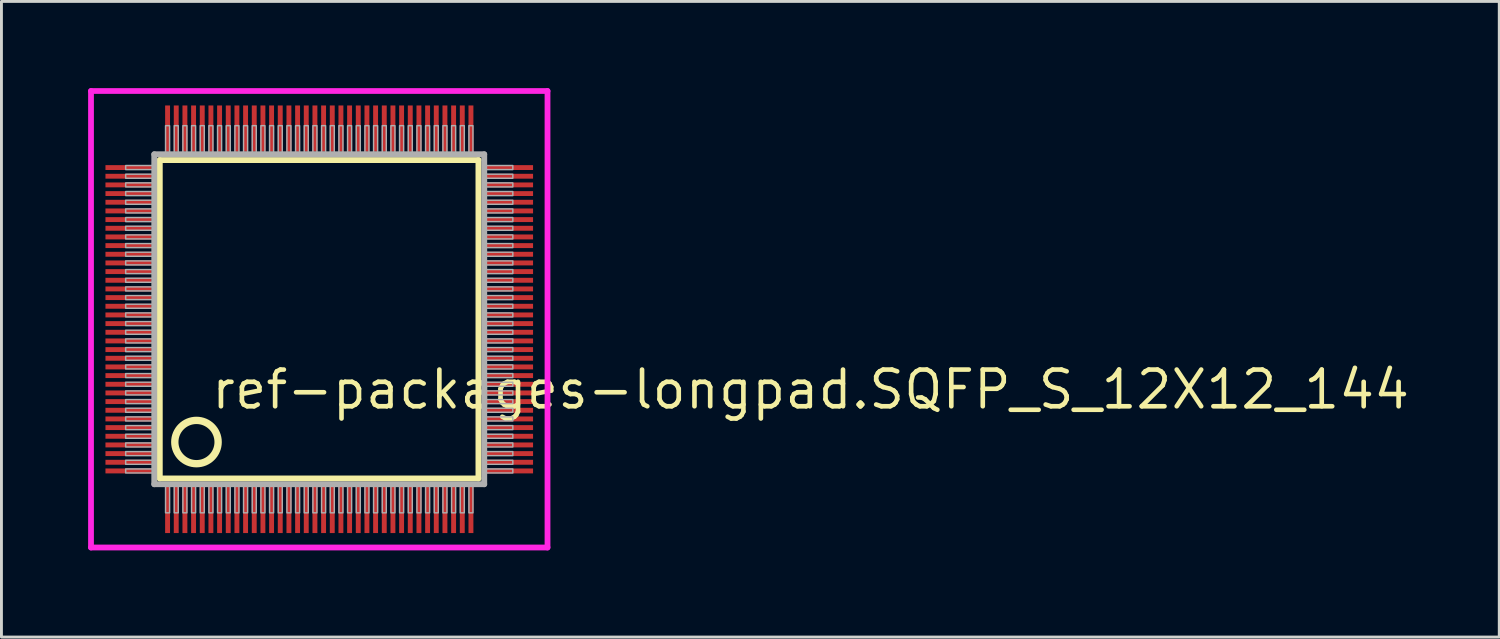
<source format=kicad_pcb>
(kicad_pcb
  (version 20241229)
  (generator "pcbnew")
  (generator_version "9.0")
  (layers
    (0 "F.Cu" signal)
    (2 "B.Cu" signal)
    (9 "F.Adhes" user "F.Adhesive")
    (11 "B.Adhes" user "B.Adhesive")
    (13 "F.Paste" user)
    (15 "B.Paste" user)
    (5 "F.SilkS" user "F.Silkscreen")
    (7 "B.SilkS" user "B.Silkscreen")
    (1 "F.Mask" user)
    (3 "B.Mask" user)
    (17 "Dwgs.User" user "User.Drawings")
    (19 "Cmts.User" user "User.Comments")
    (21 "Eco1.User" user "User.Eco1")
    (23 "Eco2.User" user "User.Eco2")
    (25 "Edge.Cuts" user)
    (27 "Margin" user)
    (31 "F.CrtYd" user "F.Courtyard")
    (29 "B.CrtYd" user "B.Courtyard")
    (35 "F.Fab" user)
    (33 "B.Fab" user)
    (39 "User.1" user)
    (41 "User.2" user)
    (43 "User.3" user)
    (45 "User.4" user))
  (footprint "ref-packages-longpad.SQFP_S_12X12_144"
    (layer "F.Cu")
    (at 8 8)
    (property "Reference" "ref-packages-longpad.SQFP_S_12X12_144" (at -3.81 3.175 0) (layer "F.SilkS") (effects (font (size 1.27 1.27) (thickness 0.16)) (justify left bottom)))
    (attr smd)
    (fp_line (start -5.52 -5.51) (end 5.51 -5.51) (stroke (width 0.203) (type default)) (layer "F.SilkS"))
    (fp_line (start -5.52 5.51) (end -5.52 -5.51) (stroke (width 0.203) (type default)) (layer "F.SilkS"))
    (fp_line (start 5.51 -5.51) (end 5.51 5.51) (stroke (width 0.203) (type default)) (layer "F.SilkS"))
    (fp_line (start 5.51 5.51) (end -5.52 5.51) (stroke (width 0.203) (type default)) (layer "F.SilkS"))
    (fp_circle (center -4.25 4.25) (end -3.5 4.25) (stroke (width 0.254) (type default)) (fill no) (layer "F.SilkS"))
    (fp_line (start -7.9 -7.9) (end 7.9 -7.9) (stroke (width 0.2) (type default)) (layer "F.CrtYd"))
    (fp_line (start -7.9 7.9) (end -7.9 -7.9) (stroke (width 0.2) (type default)) (layer "F.CrtYd"))
    (fp_line (start 7.9 -7.9) (end 7.9 7.9) (stroke (width 0.2) (type default)) (layer "F.CrtYd"))
    (fp_line (start 7.9 7.9) (end -7.9 7.9) (stroke (width 0.2) (type default)) (layer "F.CrtYd"))
    (fp_line (start -5.71 -5.71) (end -5.71 5.71) (stroke (width 0.203) (type default)) (layer "F.Fab"))
    (fp_line (start -5.71 5.71) (end 5.71 5.71) (stroke (width 0.203) (type default)) (layer "F.Fab"))
    (fp_line (start 5.71 -5.71) (end -5.71 -5.71) (stroke (width 0.203) (type default)) (layer "F.Fab"))
    (fp_line (start 5.71 5.71) (end 5.71 -5.71) (stroke (width 0.203) (type default)) (layer "F.Fab"))
    (fp_rect (start -6.7 -5.18) (end -5.75 -5.32) (stroke (width 0.05) (type default)) (fill no) (layer "F.Fab"))
    (fp_rect (start -6.7 -4.88) (end -5.75 -5.02) (stroke (width 0.05) (type default)) (fill no) (layer "F.Fab"))
    (fp_rect (start -6.7 -4.58) (end -5.75 -4.72) (stroke (width 0.05) (type default)) (fill no) (layer "F.Fab"))
    (fp_rect (start -6.7 -4.28) (end -5.75 -4.42) (stroke (width 0.05) (type default)) (fill no) (layer "F.Fab"))
    (fp_rect (start -6.7 -3.98) (end -5.75 -4.12) (stroke (width 0.05) (type default)) (fill no) (layer "F.Fab"))
    (fp_rect (start -6.7 -3.68) (end -5.75 -3.82) (stroke (width 0.05) (type default)) (fill no) (layer "F.Fab"))
    (fp_rect (start -6.7 -3.38) (end -5.75 -3.52) (stroke (width 0.05) (type default)) (fill no) (layer "F.Fab"))
    (fp_rect (start -6.7 -3.08) (end -5.75 -3.22) (stroke (width 0.05) (type default)) (fill no) (layer "F.Fab"))
    (fp_rect (start -6.7 -2.78) (end -5.75 -2.92) (stroke (width 0.05) (type default)) (fill no) (layer "F.Fab"))
    (fp_rect (start -6.7 -2.48) (end -5.75 -2.62) (stroke (width 0.05) (type default)) (fill no) (layer "F.Fab"))
    (fp_rect (start -6.7 -2.18) (end -5.75 -2.32) (stroke (width 0.05) (type default)) (fill no) (layer "F.Fab"))
    (fp_rect (start -6.7 -1.88) (end -5.75 -2.02) (stroke (width 0.05) (type default)) (fill no) (layer "F.Fab"))
    (fp_rect (start -6.7 -1.58) (end -5.75 -1.72) (stroke (width 0.05) (type default)) (fill no) (layer "F.Fab"))
    (fp_rect (start -6.7 -1.28) (end -5.75 -1.42) (stroke (width 0.05) (type default)) (fill no) (layer "F.Fab"))
    (fp_rect (start -6.7 -0.98) (end -5.75 -1.12) (stroke (width 0.05) (type default)) (fill no) (layer "F.Fab"))
    (fp_rect (start -6.7 -0.68) (end -5.75 -0.82) (stroke (width 0.05) (type default)) (fill no) (layer "F.Fab"))
    (fp_rect (start -6.7 -0.38) (end -5.75 -0.52) (stroke (width 0.05) (type default)) (fill no) (layer "F.Fab"))
    (fp_rect (start -6.7 -0.08) (end -5.75 -0.22) (stroke (width 0.05) (type default)) (fill no) (layer "F.Fab"))
    (fp_rect (start -6.7 0.22) (end -5.75 0.08) (stroke (width 0.05) (type default)) (fill no) (layer "F.Fab"))
    (fp_rect (start -6.7 0.52) (end -5.75 0.38) (stroke (width 0.05) (type default)) (fill no) (layer "F.Fab"))
    (fp_rect (start -6.7 0.82) (end -5.75 0.68) (stroke (width 0.05) (type default)) (fill no) (layer "F.Fab"))
    (fp_rect (start -6.7 1.12) (end -5.75 0.98) (stroke (width 0.05) (type default)) (fill no) (layer "F.Fab"))
    (fp_rect (start -6.7 1.42) (end -5.75 1.28) (stroke (width 0.05) (type default)) (fill no) (layer "F.Fab"))
    (fp_rect (start -6.7 1.72) (end -5.75 1.58) (stroke (width 0.05) (type default)) (fill no) (layer "F.Fab"))
    (fp_rect (start -6.7 2.02) (end -5.75 1.88) (stroke (width 0.05) (type default)) (fill no) (layer "F.Fab"))
    (fp_rect (start -6.7 2.32) (end -5.75 2.18) (stroke (width 0.05) (type default)) (fill no) (layer "F.Fab"))
    (fp_rect (start -6.7 2.62) (end -5.75 2.48) (stroke (width 0.05) (type default)) (fill no) (layer "F.Fab"))
    (fp_rect (start -6.7 2.92) (end -5.75 2.78) (stroke (width 0.05) (type default)) (fill no) (layer "F.Fab"))
    (fp_rect (start -6.7 3.22) (end -5.75 3.08) (stroke (width 0.05) (type default)) (fill no) (layer "F.Fab"))
    (fp_rect (start -6.7 3.52) (end -5.75 3.38) (stroke (width 0.05) (type default)) (fill no) (layer "F.Fab"))
    (fp_rect (start -6.7 3.82) (end -5.75 3.68) (stroke (width 0.05) (type default)) (fill no) (layer "F.Fab"))
    (fp_rect (start -6.7 4.12) (end -5.75 3.98) (stroke (width 0.05) (type default)) (fill no) (layer "F.Fab"))
    (fp_rect (start -6.7 4.42) (end -5.75 4.28) (stroke (width 0.05) (type default)) (fill no) (layer "F.Fab"))
    (fp_rect (start -6.7 4.72) (end -5.75 4.58) (stroke (width 0.05) (type default)) (fill no) (layer "F.Fab"))
    (fp_rect (start -6.7 5.02) (end -5.75 4.88) (stroke (width 0.05) (type default)) (fill no) (layer "F.Fab"))
    (fp_rect (start -6.7 5.32) (end -5.75 5.18) (stroke (width 0.05) (type default)) (fill no) (layer "F.Fab"))
    (fp_rect (start -5.32 -5.75) (end -5.18 -6.7) (stroke (width 0.05) (type default)) (fill no) (layer "F.Fab"))
    (fp_rect (start -5.32 6.7) (end -5.18 5.75) (stroke (width 0.05) (type default)) (fill no) (layer "F.Fab"))
    (fp_rect (start -5.02 -5.75) (end -4.88 -6.7) (stroke (width 0.05) (type default)) (fill no) (layer "F.Fab"))
    (fp_rect (start -5.02 6.7) (end -4.88 5.75) (stroke (width 0.05) (type default)) (fill no) (layer "F.Fab"))
    (fp_rect (start -4.72 -5.75) (end -4.58 -6.7) (stroke (width 0.05) (type default)) (fill no) (layer "F.Fab"))
    (fp_rect (start -4.72 6.7) (end -4.58 5.75) (stroke (width 0.05) (type default)) (fill no) (layer "F.Fab"))
    (fp_rect (start -4.42 -5.75) (end -4.28 -6.7) (stroke (width 0.05) (type default)) (fill no) (layer "F.Fab"))
    (fp_rect (start -4.42 6.7) (end -4.28 5.75) (stroke (width 0.05) (type default)) (fill no) (layer "F.Fab"))
    (fp_rect (start -4.12 -5.75) (end -3.98 -6.7) (stroke (width 0.05) (type default)) (fill no) (layer "F.Fab"))
    (fp_rect (start -4.12 6.7) (end -3.98 5.75) (stroke (width 0.05) (type default)) (fill no) (layer "F.Fab"))
    (fp_rect (start -3.82 -5.75) (end -3.68 -6.7) (stroke (width 0.05) (type default)) (fill no) (layer "F.Fab"))
    (fp_rect (start -3.82 6.7) (end -3.68 5.75) (stroke (width 0.05) (type default)) (fill no) (layer "F.Fab"))
    (fp_rect (start -3.52 -5.75) (end -3.38 -6.7) (stroke (width 0.05) (type default)) (fill no) (layer "F.Fab"))
    (fp_rect (start -3.52 6.7) (end -3.38 5.75) (stroke (width 0.05) (type default)) (fill no) (layer "F.Fab"))
    (fp_rect (start -3.22 -5.75) (end -3.08 -6.7) (stroke (width 0.05) (type default)) (fill no) (layer "F.Fab"))
    (fp_rect (start -3.22 6.7) (end -3.08 5.75) (stroke (width 0.05) (type default)) (fill no) (layer "F.Fab"))
    (fp_rect (start -2.92 -5.75) (end -2.78 -6.7) (stroke (width 0.05) (type default)) (fill no) (layer "F.Fab"))
    (fp_rect (start -2.92 6.7) (end -2.78 5.75) (stroke (width 0.05) (type default)) (fill no) (layer "F.Fab"))
    (fp_rect (start -2.62 -5.75) (end -2.48 -6.7) (stroke (width 0.05) (type default)) (fill no) (layer "F.Fab"))
    (fp_rect (start -2.62 6.7) (end -2.48 5.75) (stroke (width 0.05) (type default)) (fill no) (layer "F.Fab"))
    (fp_rect (start -2.32 -5.75) (end -2.18 -6.7) (stroke (width 0.05) (type default)) (fill no) (layer "F.Fab"))
    (fp_rect (start -2.32 6.7) (end -2.18 5.75) (stroke (width 0.05) (type default)) (fill no) (layer "F.Fab"))
    (fp_rect (start -2.02 -5.75) (end -1.88 -6.7) (stroke (width 0.05) (type default)) (fill no) (layer "F.Fab"))
    (fp_rect (start -2.02 6.7) (end -1.88 5.75) (stroke (width 0.05) (type default)) (fill no) (layer "F.Fab"))
    (fp_rect (start -1.72 -5.75) (end -1.58 -6.7) (stroke (width 0.05) (type default)) (fill no) (layer "F.Fab"))
    (fp_rect (start -1.72 6.7) (end -1.58 5.75) (stroke (width 0.05) (type default)) (fill no) (layer "F.Fab"))
    (fp_rect (start -1.42 -5.75) (end -1.28 -6.7) (stroke (width 0.05) (type default)) (fill no) (layer "F.Fab"))
    (fp_rect (start -1.42 6.7) (end -1.28 5.75) (stroke (width 0.05) (type default)) (fill no) (layer "F.Fab"))
    (fp_rect (start -1.12 -5.75) (end -0.98 -6.7) (stroke (width 0.05) (type default)) (fill no) (layer "F.Fab"))
    (fp_rect (start -1.12 6.7) (end -0.98 5.75) (stroke (width 0.05) (type default)) (fill no) (layer "F.Fab"))
    (fp_rect (start -0.82 -5.75) (end -0.68 -6.7) (stroke (width 0.05) (type default)) (fill no) (layer "F.Fab"))
    (fp_rect (start -0.82 6.7) (end -0.68 5.75) (stroke (width 0.05) (type default)) (fill no) (layer "F.Fab"))
    (fp_rect (start -0.52 -5.75) (end -0.38 -6.7) (stroke (width 0.05) (type default)) (fill no) (layer "F.Fab"))
    (fp_rect (start -0.52 6.7) (end -0.38 5.75) (stroke (width 0.05) (type default)) (fill no) (layer "F.Fab"))
    (fp_rect (start -0.22 -5.75) (end -0.08 -6.7) (stroke (width 0.05) (type default)) (fill no) (layer "F.Fab"))
    (fp_rect (start -0.22 6.7) (end -0.08 5.75) (stroke (width 0.05) (type default)) (fill no) (layer "F.Fab"))
    (fp_rect (start 0.08 -5.75) (end 0.22 -6.7) (stroke (width 0.05) (type default)) (fill no) (layer "F.Fab"))
    (fp_rect (start 0.08 6.7) (end 0.22 5.75) (stroke (width 0.05) (type default)) (fill no) (layer "F.Fab"))
    (fp_rect (start 0.38 -5.75) (end 0.52 -6.7) (stroke (width 0.05) (type default)) (fill no) (layer "F.Fab"))
    (fp_rect (start 0.38 6.7) (end 0.52 5.75) (stroke (width 0.05) (type default)) (fill no) (layer "F.Fab"))
    (fp_rect (start 0.68 -5.75) (end 0.82 -6.7) (stroke (width 0.05) (type default)) (fill no) (layer "F.Fab"))
    (fp_rect (start 0.68 6.7) (end 0.82 5.75) (stroke (width 0.05) (type default)) (fill no) (layer "F.Fab"))
    (fp_rect (start 0.98 -5.75) (end 1.12 -6.7) (stroke (width 0.05) (type default)) (fill no) (layer "F.Fab"))
    (fp_rect (start 0.98 6.7) (end 1.12 5.75) (stroke (width 0.05) (type default)) (fill no) (layer "F.Fab"))
    (fp_rect (start 1.28 -5.75) (end 1.42 -6.7) (stroke (width 0.05) (type default)) (fill no) (layer "F.Fab"))
    (fp_rect (start 1.28 6.7) (end 1.42 5.75) (stroke (width 0.05) (type default)) (fill no) (layer "F.Fab"))
    (fp_rect (start 1.58 -5.75) (end 1.72 -6.7) (stroke (width 0.05) (type default)) (fill no) (layer "F.Fab"))
    (fp_rect (start 1.58 6.7) (end 1.72 5.75) (stroke (width 0.05) (type default)) (fill no) (layer "F.Fab"))
    (fp_rect (start 1.88 -5.75) (end 2.02 -6.7) (stroke (width 0.05) (type default)) (fill no) (layer "F.Fab"))
    (fp_rect (start 1.88 6.7) (end 2.02 5.75) (stroke (width 0.05) (type default)) (fill no) (layer "F.Fab"))
    (fp_rect (start 2.18 -5.75) (end 2.32 -6.7) (stroke (width 0.05) (type default)) (fill no) (layer "F.Fab"))
    (fp_rect (start 2.18 6.7) (end 2.32 5.75) (stroke (width 0.05) (type default)) (fill no) (layer "F.Fab"))
    (fp_rect (start 2.48 -5.75) (end 2.62 -6.7) (stroke (width 0.05) (type default)) (fill no) (layer "F.Fab"))
    (fp_rect (start 2.48 6.7) (end 2.62 5.75) (stroke (width 0.05) (type default)) (fill no) (layer "F.Fab"))
    (fp_rect (start 2.78 -5.75) (end 2.92 -6.7) (stroke (width 0.05) (type default)) (fill no) (layer "F.Fab"))
    (fp_rect (start 2.78 6.7) (end 2.92 5.75) (stroke (width 0.05) (type default)) (fill no) (layer "F.Fab"))
    (fp_rect (start 3.08 -5.75) (end 3.22 -6.7) (stroke (width 0.05) (type default)) (fill no) (layer "F.Fab"))
    (fp_rect (start 3.08 6.7) (end 3.22 5.75) (stroke (width 0.05) (type default)) (fill no) (layer "F.Fab"))
    (fp_rect (start 3.38 -5.75) (end 3.52 -6.7) (stroke (width 0.05) (type default)) (fill no) (layer "F.Fab"))
    (fp_rect (start 3.38 6.7) (end 3.52 5.75) (stroke (width 0.05) (type default)) (fill no) (layer "F.Fab"))
    (fp_rect (start 3.68 -5.75) (end 3.82 -6.7) (stroke (width 0.05) (type default)) (fill no) (layer "F.Fab"))
    (fp_rect (start 3.68 6.7) (end 3.82 5.75) (stroke (width 0.05) (type default)) (fill no) (layer "F.Fab"))
    (fp_rect (start 3.98 -5.75) (end 4.12 -6.7) (stroke (width 0.05) (type default)) (fill no) (layer "F.Fab"))
    (fp_rect (start 3.98 6.7) (end 4.12 5.75) (stroke (width 0.05) (type default)) (fill no) (layer "F.Fab"))
    (fp_rect (start 4.28 -5.75) (end 4.42 -6.7) (stroke (width 0.05) (type default)) (fill no) (layer "F.Fab"))
    (fp_rect (start 4.28 6.7) (end 4.42 5.75) (stroke (width 0.05) (type default)) (fill no) (layer "F.Fab"))
    (fp_rect (start 4.58 -5.75) (end 4.72 -6.7) (stroke (width 0.05) (type default)) (fill no) (layer "F.Fab"))
    (fp_rect (start 4.58 6.7) (end 4.72 5.75) (stroke (width 0.05) (type default)) (fill no) (layer "F.Fab"))
    (fp_rect (start 4.88 -5.75) (end 5.02 -6.7) (stroke (width 0.05) (type default)) (fill no) (layer "F.Fab"))
    (fp_rect (start 4.88 6.7) (end 5.02 5.75) (stroke (width 0.05) (type default)) (fill no) (layer "F.Fab"))
    (fp_rect (start 5.18 -5.75) (end 5.32 -6.7) (stroke (width 0.05) (type default)) (fill no) (layer "F.Fab"))
    (fp_rect (start 5.18 6.7) (end 5.32 5.75) (stroke (width 0.05) (type default)) (fill no) (layer "F.Fab"))
    (fp_rect (start 5.75 -5.18) (end 6.7 -5.32) (stroke (width 0.05) (type default)) (fill no) (layer "F.Fab"))
    (fp_rect (start 5.75 -4.88) (end 6.7 -5.02) (stroke (width 0.05) (type default)) (fill no) (layer "F.Fab"))
    (fp_rect (start 5.75 -4.58) (end 6.7 -4.72) (stroke (width 0.05) (type default)) (fill no) (layer "F.Fab"))
    (fp_rect (start 5.75 -4.28) (end 6.7 -4.42) (stroke (width 0.05) (type default)) (fill no) (layer "F.Fab"))
    (fp_rect (start 5.75 -3.98) (end 6.7 -4.12) (stroke (width 0.05) (type default)) (fill no) (layer "F.Fab"))
    (fp_rect (start 5.75 -3.68) (end 6.7 -3.82) (stroke (width 0.05) (type default)) (fill no) (layer "F.Fab"))
    (fp_rect (start 5.75 -3.38) (end 6.7 -3.52) (stroke (width 0.05) (type default)) (fill no) (layer "F.Fab"))
    (fp_rect (start 5.75 -3.08) (end 6.7 -3.22) (stroke (width 0.05) (type default)) (fill no) (layer "F.Fab"))
    (fp_rect (start 5.75 -2.78) (end 6.7 -2.92) (stroke (width 0.05) (type default)) (fill no) (layer "F.Fab"))
    (fp_rect (start 5.75 -2.48) (end 6.7 -2.62) (stroke (width 0.05) (type default)) (fill no) (layer "F.Fab"))
    (fp_rect (start 5.75 -2.18) (end 6.7 -2.32) (stroke (width 0.05) (type default)) (fill no) (layer "F.Fab"))
    (fp_rect (start 5.75 -1.88) (end 6.7 -2.02) (stroke (width 0.05) (type default)) (fill no) (layer "F.Fab"))
    (fp_rect (start 5.75 -1.58) (end 6.7 -1.72) (stroke (width 0.05) (type default)) (fill no) (layer "F.Fab"))
    (fp_rect (start 5.75 -1.28) (end 6.7 -1.42) (stroke (width 0.05) (type default)) (fill no) (layer "F.Fab"))
    (fp_rect (start 5.75 -0.98) (end 6.7 -1.12) (stroke (width 0.05) (type default)) (fill no) (layer "F.Fab"))
    (fp_rect (start 5.75 -0.68) (end 6.7 -0.82) (stroke (width 0.05) (type default)) (fill no) (layer "F.Fab"))
    (fp_rect (start 5.75 -0.38) (end 6.7 -0.52) (stroke (width 0.05) (type default)) (fill no) (layer "F.Fab"))
    (fp_rect (start 5.75 -0.08) (end 6.7 -0.22) (stroke (width 0.05) (type default)) (fill no) (layer "F.Fab"))
    (fp_rect (start 5.75 0.22) (end 6.7 0.08) (stroke (width 0.05) (type default)) (fill no) (layer "F.Fab"))
    (fp_rect (start 5.75 0.52) (end 6.7 0.38) (stroke (width 0.05) (type default)) (fill no) (layer "F.Fab"))
    (fp_rect (start 5.75 0.82) (end 6.7 0.68) (stroke (width 0.05) (type default)) (fill no) (layer "F.Fab"))
    (fp_rect (start 5.75 1.12) (end 6.7 0.98) (stroke (width 0.05) (type default)) (fill no) (layer "F.Fab"))
    (fp_rect (start 5.75 1.42) (end 6.7 1.28) (stroke (width 0.05) (type default)) (fill no) (layer "F.Fab"))
    (fp_rect (start 5.75 1.72) (end 6.7 1.58) (stroke (width 0.05) (type default)) (fill no) (layer "F.Fab"))
    (fp_rect (start 5.75 2.02) (end 6.7 1.88) (stroke (width 0.05) (type default)) (fill no) (layer "F.Fab"))
    (fp_rect (start 5.75 2.32) (end 6.7 2.18) (stroke (width 0.05) (type default)) (fill no) (layer "F.Fab"))
    (fp_rect (start 5.75 2.62) (end 6.7 2.48) (stroke (width 0.05) (type default)) (fill no) (layer "F.Fab"))
    (fp_rect (start 5.75 2.92) (end 6.7 2.78) (stroke (width 0.05) (type default)) (fill no) (layer "F.Fab"))
    (fp_rect (start 5.75 3.22) (end 6.7 3.08) (stroke (width 0.05) (type default)) (fill no) (layer "F.Fab"))
    (fp_rect (start 5.75 3.52) (end 6.7 3.38) (stroke (width 0.05) (type default)) (fill no) (layer "F.Fab"))
    (fp_rect (start 5.75 3.82) (end 6.7 3.68) (stroke (width 0.05) (type default)) (fill no) (layer "F.Fab"))
    (fp_rect (start 5.75 4.12) (end 6.7 3.98) (stroke (width 0.05) (type default)) (fill no) (layer "F.Fab"))
    (fp_rect (start 5.75 4.42) (end 6.7 4.28) (stroke (width 0.05) (type default)) (fill no) (layer "F.Fab"))
    (fp_rect (start 5.75 4.72) (end 6.7 4.58) (stroke (width 0.05) (type default)) (fill no) (layer "F.Fab"))
    (fp_rect (start 5.75 5.02) (end 6.7 4.88) (stroke (width 0.05) (type default)) (fill no) (layer "F.Fab"))
    (fp_rect (start 5.75 5.32) (end 6.7 5.18) (stroke (width 0.05) (type default)) (fill no) (layer "F.Fab"))
    (pad "1" smd roundrect (at -5.25 6.6) (size 0.17 1.6) (layers "F.Cu" "F.Mask" "F.Paste") (roundrect_rratio 0.01))
    (pad "2" smd roundrect (at -4.95 6.6) (size 0.17 1.6) (layers "F.Cu" "F.Mask" "F.Paste") (roundrect_rratio 0.01))
    (pad "3" smd roundrect (at -4.65 6.6) (size 0.17 1.6) (layers "F.Cu" "F.Mask" "F.Paste") (roundrect_rratio 0.01))
    (pad "4" smd roundrect (at -4.35 6.6) (size 0.17 1.6) (layers "F.Cu" "F.Mask" "F.Paste") (roundrect_rratio 0.01))
    (pad "5" smd roundrect (at -4.05 6.6) (size 0.17 1.6) (layers "F.Cu" "F.Mask" "F.Paste") (roundrect_rratio 0.01))
    (pad "6" smd roundrect (at -3.75 6.6) (size 0.17 1.6) (layers "F.Cu" "F.Mask" "F.Paste") (roundrect_rratio 0.01))
    (pad "7" smd roundrect (at -3.45 6.6) (size 0.17 1.6) (layers "F.Cu" "F.Mask" "F.Paste") (roundrect_rratio 0.01))
    (pad "8" smd roundrect (at -3.15 6.6) (size 0.17 1.6) (layers "F.Cu" "F.Mask" "F.Paste") (roundrect_rratio 0.01))
    (pad "9" smd roundrect (at -2.85 6.6) (size 0.17 1.6) (layers "F.Cu" "F.Mask" "F.Paste") (roundrect_rratio 0.01))
    (pad "10" smd roundrect (at -2.55 6.6) (size 0.17 1.6) (layers "F.Cu" "F.Mask" "F.Paste") (roundrect_rratio 0.01))
    (pad "11" smd roundrect (at -2.25 6.6) (size 0.17 1.6) (layers "F.Cu" "F.Mask" "F.Paste") (roundrect_rratio 0.01))
    (pad "12" smd roundrect (at -1.95 6.6) (size 0.17 1.6) (layers "F.Cu" "F.Mask" "F.Paste") (roundrect_rratio 0.01))
    (pad "13" smd roundrect (at -1.65 6.6) (size 0.17 1.6) (layers "F.Cu" "F.Mask" "F.Paste") (roundrect_rratio 0.01))
    (pad "14" smd roundrect (at -1.35 6.6) (size 0.17 1.6) (layers "F.Cu" "F.Mask" "F.Paste") (roundrect_rratio 0.01))
    (pad "15" smd roundrect (at -1.05 6.6) (size 0.17 1.6) (layers "F.Cu" "F.Mask" "F.Paste") (roundrect_rratio 0.01))
    (pad "16" smd roundrect (at -0.75 6.6) (size 0.17 1.6) (layers "F.Cu" "F.Mask" "F.Paste") (roundrect_rratio 0.01))
    (pad "17" smd roundrect (at -0.45 6.6) (size 0.17 1.6) (layers "F.Cu" "F.Mask" "F.Paste") (roundrect_rratio 0.01))
    (pad "18" smd roundrect (at -0.15 6.6) (size 0.17 1.6) (layers "F.Cu" "F.Mask" "F.Paste") (roundrect_rratio 0.01))
    (pad "19" smd roundrect (at 0.15 6.6) (size 0.17 1.6) (layers "F.Cu" "F.Mask" "F.Paste") (roundrect_rratio 0.01))
    (pad "20" smd roundrect (at 0.45 6.6) (size 0.17 1.6) (layers "F.Cu" "F.Mask" "F.Paste") (roundrect_rratio 0.01))
    (pad "21" smd roundrect (at 0.75 6.6) (size 0.17 1.6) (layers "F.Cu" "F.Mask" "F.Paste") (roundrect_rratio 0.01))
    (pad "22" smd roundrect (at 1.05 6.6) (size 0.17 1.6) (layers "F.Cu" "F.Mask" "F.Paste") (roundrect_rratio 0.01))
    (pad "23" smd roundrect (at 1.35 6.6) (size 0.17 1.6) (layers "F.Cu" "F.Mask" "F.Paste") (roundrect_rratio 0.01))
    (pad "24" smd roundrect (at 1.65 6.6) (size 0.17 1.6) (layers "F.Cu" "F.Mask" "F.Paste") (roundrect_rratio 0.01))
    (pad "25" smd roundrect (at 1.95 6.6) (size 0.17 1.6) (layers "F.Cu" "F.Mask" "F.Paste") (roundrect_rratio 0.01))
    (pad "26" smd roundrect (at 2.25 6.6) (size 0.17 1.6) (layers "F.Cu" "F.Mask" "F.Paste") (roundrect_rratio 0.01))
    (pad "27" smd roundrect (at 2.55 6.6) (size 0.17 1.6) (layers "F.Cu" "F.Mask" "F.Paste") (roundrect_rratio 0.01))
    (pad "28" smd roundrect (at 2.85 6.6) (size 0.17 1.6) (layers "F.Cu" "F.Mask" "F.Paste") (roundrect_rratio 0.01))
    (pad "29" smd roundrect (at 3.15 6.6) (size 0.17 1.6) (layers "F.Cu" "F.Mask" "F.Paste") (roundrect_rratio 0.01))
    (pad "30" smd roundrect (at 3.45 6.6) (size 0.17 1.6) (layers "F.Cu" "F.Mask" "F.Paste") (roundrect_rratio 0.01))
    (pad "31" smd roundrect (at 3.75 6.6) (size 0.17 1.6) (layers "F.Cu" "F.Mask" "F.Paste") (roundrect_rratio 0.01))
    (pad "32" smd roundrect (at 4.05 6.6) (size 0.17 1.6) (layers "F.Cu" "F.Mask" "F.Paste") (roundrect_rratio 0.01))
    (pad "33" smd roundrect (at 4.35 6.6) (size 0.17 1.6) (layers "F.Cu" "F.Mask" "F.Paste") (roundrect_rratio 0.01))
    (pad "34" smd roundrect (at 4.65 6.6) (size 0.17 1.6) (layers "F.Cu" "F.Mask" "F.Paste") (roundrect_rratio 0.01))
    (pad "35" smd roundrect (at 4.95 6.6) (size 0.17 1.6) (layers "F.Cu" "F.Mask" "F.Paste") (roundrect_rratio 0.01))
    (pad "36" smd roundrect (at 5.25 6.6) (size 0.17 1.6) (layers "F.Cu" "F.Mask" "F.Paste") (roundrect_rratio 0.01))
    (pad "37" smd roundrect (at 6.6 5.25) (size 1.6 0.17) (layers "F.Cu" "F.Mask" "F.Paste") (roundrect_rratio 0.01))
    (pad "38" smd roundrect (at 6.6 4.95) (size 1.6 0.17) (layers "F.Cu" "F.Mask" "F.Paste") (roundrect_rratio 0.01))
    (pad "39" smd roundrect (at 6.6 4.65) (size 1.6 0.17) (layers "F.Cu" "F.Mask" "F.Paste") (roundrect_rratio 0.01))
    (pad "40" smd roundrect (at 6.6 4.35) (size 1.6 0.17) (layers "F.Cu" "F.Mask" "F.Paste") (roundrect_rratio 0.01))
    (pad "41" smd roundrect (at 6.6 4.05) (size 1.6 0.17) (layers "F.Cu" "F.Mask" "F.Paste") (roundrect_rratio 0.01))
    (pad "42" smd roundrect (at 6.6 3.75) (size 1.6 0.17) (layers "F.Cu" "F.Mask" "F.Paste") (roundrect_rratio 0.01))
    (pad "43" smd roundrect (at 6.6 3.45) (size 1.6 0.17) (layers "F.Cu" "F.Mask" "F.Paste") (roundrect_rratio 0.01))
    (pad "44" smd roundrect (at 6.6 3.15) (size 1.6 0.17) (layers "F.Cu" "F.Mask" "F.Paste") (roundrect_rratio 0.01))
    (pad "45" smd roundrect (at 6.6 2.85) (size 1.6 0.17) (layers "F.Cu" "F.Mask" "F.Paste") (roundrect_rratio 0.01))
    (pad "46" smd roundrect (at 6.6 2.55) (size 1.6 0.17) (layers "F.Cu" "F.Mask" "F.Paste") (roundrect_rratio 0.01))
    (pad "47" smd roundrect (at 6.6 2.25) (size 1.6 0.17) (layers "F.Cu" "F.Mask" "F.Paste") (roundrect_rratio 0.01))
    (pad "48" smd roundrect (at 6.6 1.95) (size 1.6 0.17) (layers "F.Cu" "F.Mask" "F.Paste") (roundrect_rratio 0.01))
    (pad "49" smd roundrect (at 6.6 1.65) (size 1.6 0.17) (layers "F.Cu" "F.Mask" "F.Paste") (roundrect_rratio 0.01))
    (pad "50" smd roundrect (at 6.6 1.35) (size 1.6 0.17) (layers "F.Cu" "F.Mask" "F.Paste") (roundrect_rratio 0.01))
    (pad "51" smd roundrect (at 6.6 1.05) (size 1.6 0.17) (layers "F.Cu" "F.Mask" "F.Paste") (roundrect_rratio 0.01))
    (pad "52" smd roundrect (at 6.6 0.75) (size 1.6 0.17) (layers "F.Cu" "F.Mask" "F.Paste") (roundrect_rratio 0.01))
    (pad "53" smd roundrect (at 6.6 0.45) (size 1.6 0.17) (layers "F.Cu" "F.Mask" "F.Paste") (roundrect_rratio 0.01))
    (pad "54" smd roundrect (at 6.6 0.15) (size 1.6 0.17) (layers "F.Cu" "F.Mask" "F.Paste") (roundrect_rratio 0.01))
    (pad "55" smd roundrect (at 6.6 -0.15) (size 1.6 0.17) (layers "F.Cu" "F.Mask" "F.Paste") (roundrect_rratio 0.01))
    (pad "56" smd roundrect (at 6.6 -0.45) (size 1.6 0.17) (layers "F.Cu" "F.Mask" "F.Paste") (roundrect_rratio 0.01))
    (pad "57" smd roundrect (at 6.6 -0.75) (size 1.6 0.17) (layers "F.Cu" "F.Mask" "F.Paste") (roundrect_rratio 0.01))
    (pad "58" smd roundrect (at 6.6 -1.05) (size 1.6 0.17) (layers "F.Cu" "F.Mask" "F.Paste") (roundrect_rratio 0.01))
    (pad "59" smd roundrect (at 6.6 -1.35) (size 1.6 0.17) (layers "F.Cu" "F.Mask" "F.Paste") (roundrect_rratio 0.01))
    (pad "60" smd roundrect (at 6.6 -1.65) (size 1.6 0.17) (layers "F.Cu" "F.Mask" "F.Paste") (roundrect_rratio 0.01))
    (pad "61" smd roundrect (at 6.6 -1.95) (size 1.6 0.17) (layers "F.Cu" "F.Mask" "F.Paste") (roundrect_rratio 0.01))
    (pad "62" smd roundrect (at 6.6 -2.25) (size 1.6 0.17) (layers "F.Cu" "F.Mask" "F.Paste") (roundrect_rratio 0.01))
    (pad "63" smd roundrect (at 6.6 -2.55) (size 1.6 0.17) (layers "F.Cu" "F.Mask" "F.Paste") (roundrect_rratio 0.01))
    (pad "64" smd roundrect (at 6.6 -2.85) (size 1.6 0.17) (layers "F.Cu" "F.Mask" "F.Paste") (roundrect_rratio 0.01))
    (pad "65" smd roundrect (at 6.6 -3.15) (size 1.6 0.17) (layers "F.Cu" "F.Mask" "F.Paste") (roundrect_rratio 0.01))
    (pad "66" smd roundrect (at 6.6 -3.45) (size 1.6 0.17) (layers "F.Cu" "F.Mask" "F.Paste") (roundrect_rratio 0.01))
    (pad "67" smd roundrect (at 6.6 -3.75) (size 1.6 0.17) (layers "F.Cu" "F.Mask" "F.Paste") (roundrect_rratio 0.01))
    (pad "68" smd roundrect (at 6.6 -4.05) (size 1.6 0.17) (layers "F.Cu" "F.Mask" "F.Paste") (roundrect_rratio 0.01))
    (pad "69" smd roundrect (at 6.6 -4.35) (size 1.6 0.17) (layers "F.Cu" "F.Mask" "F.Paste") (roundrect_rratio 0.01))
    (pad "70" smd roundrect (at 6.6 -4.65) (size 1.6 0.17) (layers "F.Cu" "F.Mask" "F.Paste") (roundrect_rratio 0.01))
    (pad "71" smd roundrect (at 6.6 -4.95) (size 1.6 0.17) (layers "F.Cu" "F.Mask" "F.Paste") (roundrect_rratio 0.01))
    (pad "72" smd roundrect (at 6.6 -5.25) (size 1.6 0.17) (layers "F.Cu" "F.Mask" "F.Paste") (roundrect_rratio 0.01))
    (pad "73" smd roundrect (at 5.25 -6.6) (size 0.17 1.6) (layers "F.Cu" "F.Mask" "F.Paste") (roundrect_rratio 0.01))
    (pad "74" smd roundrect (at 4.95 -6.6) (size 0.17 1.6) (layers "F.Cu" "F.Mask" "F.Paste") (roundrect_rratio 0.01))
    (pad "75" smd roundrect (at 4.65 -6.6) (size 0.17 1.6) (layers "F.Cu" "F.Mask" "F.Paste") (roundrect_rratio 0.01))
    (pad "76" smd roundrect (at 4.35 -6.6) (size 0.17 1.6) (layers "F.Cu" "F.Mask" "F.Paste") (roundrect_rratio 0.01))
    (pad "77" smd roundrect (at 4.05 -6.6) (size 0.17 1.6) (layers "F.Cu" "F.Mask" "F.Paste") (roundrect_rratio 0.01))
    (pad "78" smd roundrect (at 3.75 -6.6) (size 0.17 1.6) (layers "F.Cu" "F.Mask" "F.Paste") (roundrect_rratio 0.01))
    (pad "79" smd roundrect (at 3.45 -6.6) (size 0.17 1.6) (layers "F.Cu" "F.Mask" "F.Paste") (roundrect_rratio 0.01))
    (pad "80" smd roundrect (at 3.15 -6.6) (size 0.17 1.6) (layers "F.Cu" "F.Mask" "F.Paste") (roundrect_rratio 0.01))
    (pad "81" smd roundrect (at 2.85 -6.6) (size 0.17 1.6) (layers "F.Cu" "F.Mask" "F.Paste") (roundrect_rratio 0.01))
    (pad "82" smd roundrect (at 2.55 -6.6) (size 0.17 1.6) (layers "F.Cu" "F.Mask" "F.Paste") (roundrect_rratio 0.01))
    (pad "83" smd roundrect (at 2.25 -6.6) (size 0.17 1.6) (layers "F.Cu" "F.Mask" "F.Paste") (roundrect_rratio 0.01))
    (pad "84" smd roundrect (at 1.95 -6.6) (size 0.17 1.6) (layers "F.Cu" "F.Mask" "F.Paste") (roundrect_rratio 0.01))
    (pad "85" smd roundrect (at 1.65 -6.6) (size 0.17 1.6) (layers "F.Cu" "F.Mask" "F.Paste") (roundrect_rratio 0.01))
    (pad "86" smd roundrect (at 1.35 -6.6) (size 0.17 1.6) (layers "F.Cu" "F.Mask" "F.Paste") (roundrect_rratio 0.01))
    (pad "87" smd roundrect (at 1.05 -6.6) (size 0.17 1.6) (layers "F.Cu" "F.Mask" "F.Paste") (roundrect_rratio 0.01))
    (pad "88" smd roundrect (at 0.75 -6.6) (size 0.17 1.6) (layers "F.Cu" "F.Mask" "F.Paste") (roundrect_rratio 0.01))
    (pad "89" smd roundrect (at 0.45 -6.6) (size 0.17 1.6) (layers "F.Cu" "F.Mask" "F.Paste") (roundrect_rratio 0.01))
    (pad "90" smd roundrect (at 0.15 -6.6) (size 0.17 1.6) (layers "F.Cu" "F.Mask" "F.Paste") (roundrect_rratio 0.01))
    (pad "91" smd roundrect (at -0.15 -6.6) (size 0.17 1.6) (layers "F.Cu" "F.Mask" "F.Paste") (roundrect_rratio 0.01))
    (pad "92" smd roundrect (at -0.45 -6.6) (size 0.17 1.6) (layers "F.Cu" "F.Mask" "F.Paste") (roundrect_rratio 0.01))
    (pad "93" smd roundrect (at -0.75 -6.6) (size 0.17 1.6) (layers "F.Cu" "F.Mask" "F.Paste") (roundrect_rratio 0.01))
    (pad "94" smd roundrect (at -1.05 -6.6) (size 0.17 1.6) (layers "F.Cu" "F.Mask" "F.Paste") (roundrect_rratio 0.01))
    (pad "95" smd roundrect (at -1.35 -6.6) (size 0.17 1.6) (layers "F.Cu" "F.Mask" "F.Paste") (roundrect_rratio 0.01))
    (pad "96" smd roundrect (at -1.65 -6.6) (size 0.17 1.6) (layers "F.Cu" "F.Mask" "F.Paste") (roundrect_rratio 0.01))
    (pad "97" smd roundrect (at -1.95 -6.6) (size 0.17 1.6) (layers "F.Cu" "F.Mask" "F.Paste") (roundrect_rratio 0.01))
    (pad "98" smd roundrect (at -2.25 -6.6) (size 0.17 1.6) (layers "F.Cu" "F.Mask" "F.Paste") (roundrect_rratio 0.01))
    (pad "99" smd roundrect (at -2.55 -6.6) (size 0.17 1.6) (layers "F.Cu" "F.Mask" "F.Paste") (roundrect_rratio 0.01))
    (pad "100" smd roundrect (at -2.85 -6.6) (size 0.17 1.6) (layers "F.Cu" "F.Mask" "F.Paste") (roundrect_rratio 0.01))
    (pad "101" smd roundrect (at -3.15 -6.6) (size 0.17 1.6) (layers "F.Cu" "F.Mask" "F.Paste") (roundrect_rratio 0.01))
    (pad "102" smd roundrect (at -3.45 -6.6) (size 0.17 1.6) (layers "F.Cu" "F.Mask" "F.Paste") (roundrect_rratio 0.01))
    (pad "103" smd roundrect (at -3.75 -6.6) (size 0.17 1.6) (layers "F.Cu" "F.Mask" "F.Paste") (roundrect_rratio 0.01))
    (pad "104" smd roundrect (at -4.05 -6.6) (size 0.17 1.6) (layers "F.Cu" "F.Mask" "F.Paste") (roundrect_rratio 0.01))
    (pad "105" smd roundrect (at -4.35 -6.6) (size 0.17 1.6) (layers "F.Cu" "F.Mask" "F.Paste") (roundrect_rratio 0.01))
    (pad "106" smd roundrect (at -4.65 -6.6) (size 0.17 1.6) (layers "F.Cu" "F.Mask" "F.Paste") (roundrect_rratio 0.01))
    (pad "107" smd roundrect (at -4.95 -6.6) (size 0.17 1.6) (layers "F.Cu" "F.Mask" "F.Paste") (roundrect_rratio 0.01))
    (pad "108" smd roundrect (at -5.25 -6.6) (size 0.17 1.6) (layers "F.Cu" "F.Mask" "F.Paste") (roundrect_rratio 0.01))
    (pad "109" smd roundrect (at -6.6 -5.25) (size 1.6 0.17) (layers "F.Cu" "F.Mask" "F.Paste") (roundrect_rratio 0.01))
    (pad "110" smd roundrect (at -6.6 -4.95) (size 1.6 0.17) (layers "F.Cu" "F.Mask" "F.Paste") (roundrect_rratio 0.01))
    (pad "111" smd roundrect (at -6.6 -4.65) (size 1.6 0.17) (layers "F.Cu" "F.Mask" "F.Paste") (roundrect_rratio 0.01))
    (pad "112" smd roundrect (at -6.6 -4.35) (size 1.6 0.17) (layers "F.Cu" "F.Mask" "F.Paste") (roundrect_rratio 0.01))
    (pad "113" smd roundrect (at -6.6 -4.05) (size 1.6 0.17) (layers "F.Cu" "F.Mask" "F.Paste") (roundrect_rratio 0.01))
    (pad "114" smd roundrect (at -6.6 -3.75) (size 1.6 0.17) (layers "F.Cu" "F.Mask" "F.Paste") (roundrect_rratio 0.01))
    (pad "115" smd roundrect (at -6.6 -3.45) (size 1.6 0.17) (layers "F.Cu" "F.Mask" "F.Paste") (roundrect_rratio 0.01))
    (pad "116" smd roundrect (at -6.6 -3.15) (size 1.6 0.17) (layers "F.Cu" "F.Mask" "F.Paste") (roundrect_rratio 0.01))
    (pad "117" smd roundrect (at -6.6 -2.85) (size 1.6 0.17) (layers "F.Cu" "F.Mask" "F.Paste") (roundrect_rratio 0.01))
    (pad "118" smd roundrect (at -6.6 -2.55) (size 1.6 0.17) (layers "F.Cu" "F.Mask" "F.Paste") (roundrect_rratio 0.01))
    (pad "119" smd roundrect (at -6.6 -2.25) (size 1.6 0.17) (layers "F.Cu" "F.Mask" "F.Paste") (roundrect_rratio 0.01))
    (pad "120" smd roundrect (at -6.6 -1.95) (size 1.6 0.17) (layers "F.Cu" "F.Mask" "F.Paste") (roundrect_rratio 0.01))
    (pad "121" smd roundrect (at -6.6 -1.65) (size 1.6 0.17) (layers "F.Cu" "F.Mask" "F.Paste") (roundrect_rratio 0.01))
    (pad "122" smd roundrect (at -6.6 -1.35) (size 1.6 0.17) (layers "F.Cu" "F.Mask" "F.Paste") (roundrect_rratio 0.01))
    (pad "123" smd roundrect (at -6.6 -1.05) (size 1.6 0.17) (layers "F.Cu" "F.Mask" "F.Paste") (roundrect_rratio 0.01))
    (pad "124" smd roundrect (at -6.6 -0.75) (size 1.6 0.17) (layers "F.Cu" "F.Mask" "F.Paste") (roundrect_rratio 0.01))
    (pad "125" smd roundrect (at -6.6 -0.45) (size 1.6 0.17) (layers "F.Cu" "F.Mask" "F.Paste") (roundrect_rratio 0.01))
    (pad "126" smd roundrect (at -6.6 -0.15) (size 1.6 0.17) (layers "F.Cu" "F.Mask" "F.Paste") (roundrect_rratio 0.01))
    (pad "127" smd roundrect (at -6.6 0.15) (size 1.6 0.17) (layers "F.Cu" "F.Mask" "F.Paste") (roundrect_rratio 0.01))
    (pad "128" smd roundrect (at -6.6 0.45) (size 1.6 0.17) (layers "F.Cu" "F.Mask" "F.Paste") (roundrect_rratio 0.01))
    (pad "129" smd roundrect (at -6.6 0.75) (size 1.6 0.17) (layers "F.Cu" "F.Mask" "F.Paste") (roundrect_rratio 0.01))
    (pad "130" smd roundrect (at -6.6 1.05) (size 1.6 0.17) (layers "F.Cu" "F.Mask" "F.Paste") (roundrect_rratio 0.01))
    (pad "131" smd roundrect (at -6.6 1.35) (size 1.6 0.17) (layers "F.Cu" "F.Mask" "F.Paste") (roundrect_rratio 0.01))
    (pad "132" smd roundrect (at -6.6 1.65) (size 1.6 0.17) (layers "F.Cu" "F.Mask" "F.Paste") (roundrect_rratio 0.01))
    (pad "133" smd roundrect (at -6.6 1.95) (size 1.6 0.17) (layers "F.Cu" "F.Mask" "F.Paste") (roundrect_rratio 0.01))
    (pad "134" smd roundrect (at -6.6 2.25) (size 1.6 0.17) (layers "F.Cu" "F.Mask" "F.Paste") (roundrect_rratio 0.01))
    (pad "135" smd roundrect (at -6.6 2.55) (size 1.6 0.17) (layers "F.Cu" "F.Mask" "F.Paste") (roundrect_rratio 0.01))
    (pad "136" smd roundrect (at -6.6 2.85) (size 1.6 0.17) (layers "F.Cu" "F.Mask" "F.Paste") (roundrect_rratio 0.01))
    (pad "137" smd roundrect (at -6.6 3.15) (size 1.6 0.17) (layers "F.Cu" "F.Mask" "F.Paste") (roundrect_rratio 0.01))
    (pad "138" smd roundrect (at -6.6 3.45) (size 1.6 0.17) (layers "F.Cu" "F.Mask" "F.Paste") (roundrect_rratio 0.01))
    (pad "139" smd roundrect (at -6.6 3.75) (size 1.6 0.17) (layers "F.Cu" "F.Mask" "F.Paste") (roundrect_rratio 0.01))
    (pad "140" smd roundrect (at -6.6 4.05) (size 1.6 0.17) (layers "F.Cu" "F.Mask" "F.Paste") (roundrect_rratio 0.01))
    (pad "141" smd roundrect (at -6.6 4.35) (size 1.6 0.17) (layers "F.Cu" "F.Mask" "F.Paste") (roundrect_rratio 0.01))
    (pad "142" smd roundrect (at -6.6 4.65) (size 1.6 0.17) (layers "F.Cu" "F.Mask" "F.Paste") (roundrect_rratio 0.01))
    (pad "143" smd roundrect (at -6.6 4.95) (size 1.6 0.17) (layers "F.Cu" "F.Mask" "F.Paste") (roundrect_rratio 0.01))
    (pad "144" smd roundrect (at -6.6 5.25) (size 1.6 0.17) (layers "F.Cu" "F.Mask" "F.Paste") (roundrect_rratio 0.01)))
  (gr_rect
    (start -3 -3)
    (end 48.842 19)
    (stroke (width 0.1) (type default))
    (fill no)
    (layer "Edge.Cuts")))
</source>
